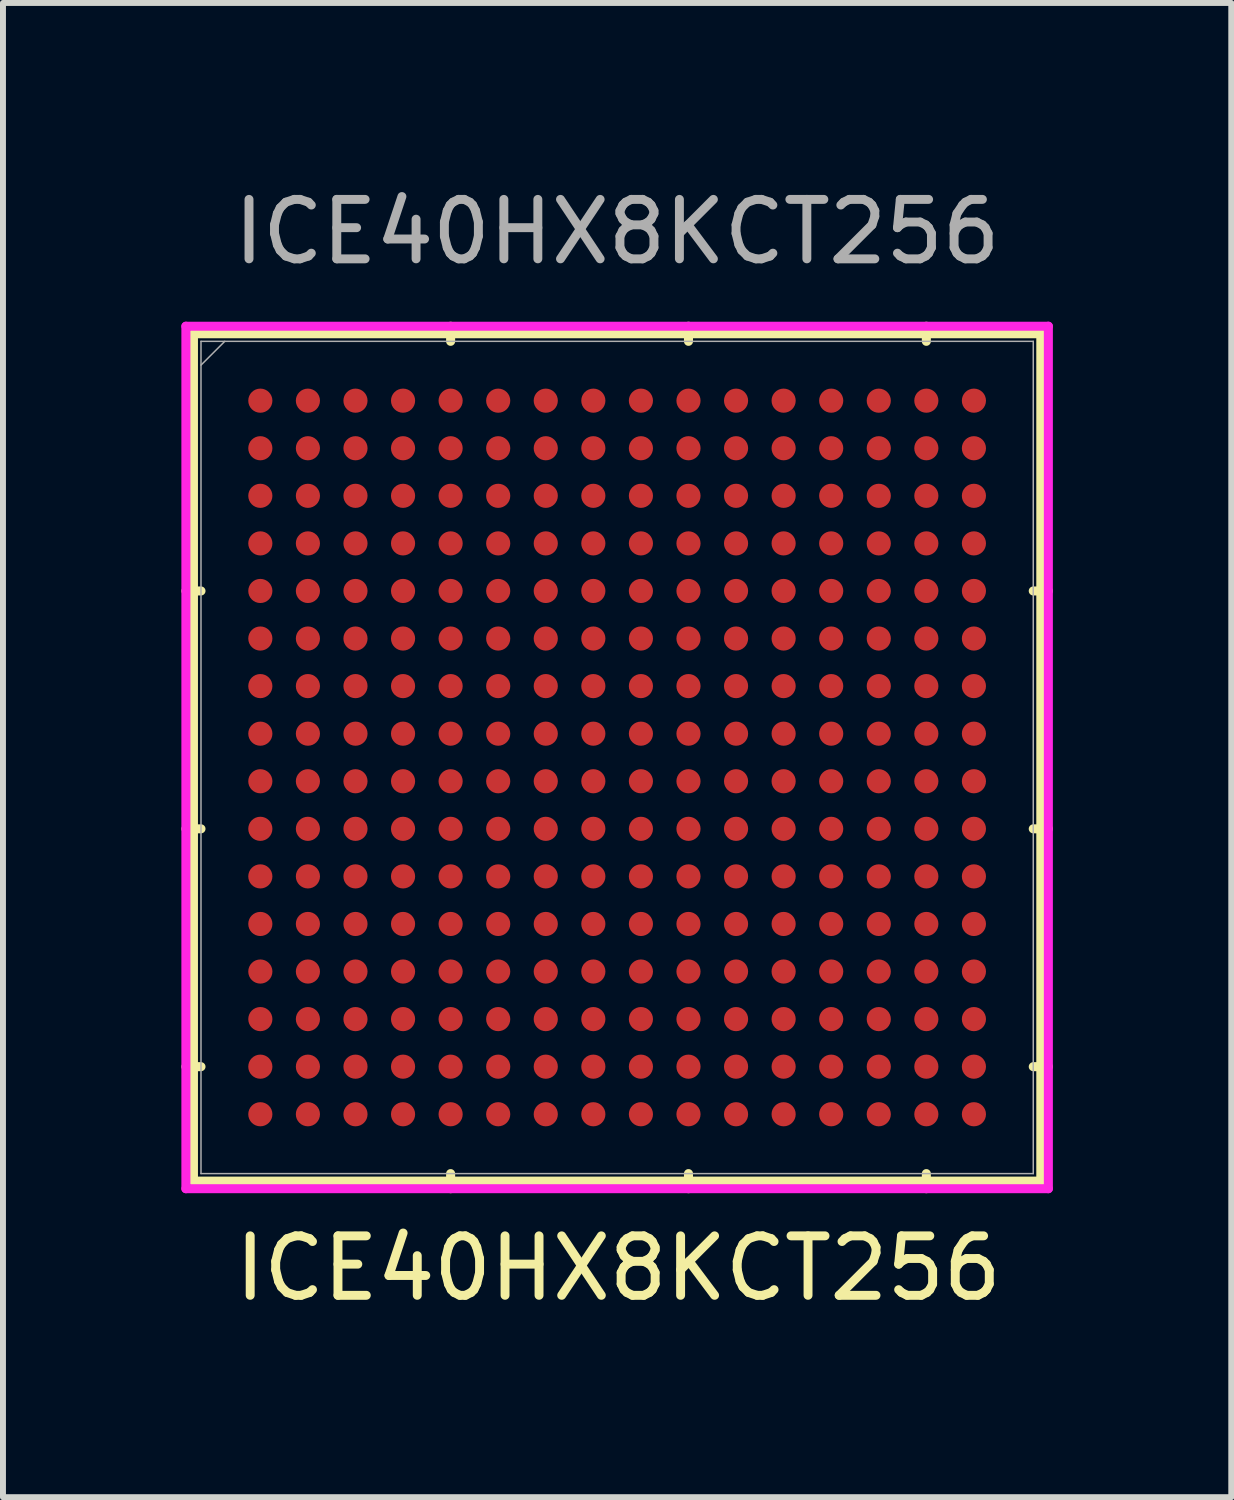
<source format=kicad_pcb>
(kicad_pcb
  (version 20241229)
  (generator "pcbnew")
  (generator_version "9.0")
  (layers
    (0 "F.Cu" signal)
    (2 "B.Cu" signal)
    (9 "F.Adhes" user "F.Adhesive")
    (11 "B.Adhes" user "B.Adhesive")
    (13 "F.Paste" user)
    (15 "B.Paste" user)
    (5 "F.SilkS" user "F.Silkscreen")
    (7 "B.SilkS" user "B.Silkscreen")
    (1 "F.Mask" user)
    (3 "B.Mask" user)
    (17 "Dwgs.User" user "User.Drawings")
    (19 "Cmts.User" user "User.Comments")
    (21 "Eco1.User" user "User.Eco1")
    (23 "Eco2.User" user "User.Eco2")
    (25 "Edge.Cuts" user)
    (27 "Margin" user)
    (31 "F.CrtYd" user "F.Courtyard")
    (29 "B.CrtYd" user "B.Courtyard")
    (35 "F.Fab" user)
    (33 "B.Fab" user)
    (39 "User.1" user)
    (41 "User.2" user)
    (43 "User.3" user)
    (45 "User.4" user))
  (footprint "ICE40HX8KCT256"
    (layer "F.Cu")
    (at 7.328 9.688)
    (property "Reference" "ICE40HX8KCT256" (at 0.02 8.59 0) (unlocked yes) (layer "F.SilkS") (effects (font (size 1 1) (thickness 0.15))))
    (attr smd)
    (fp_line (start -7.125 -7.125) (end -7.125 7.125) (stroke (width 0.152) (type solid)) (layer "F.SilkS"))
    (fp_line (start -7.125 7.125) (end 7.125 7.125) (stroke (width 0.152) (type solid)) (layer "F.SilkS"))
    (fp_line (start -6.998 -2.8) (end -7.252 -2.8) (stroke (width 0.152) (type solid)) (layer "F.SilkS"))
    (fp_line (start -6.998 1.2) (end -7.252 1.2) (stroke (width 0.152) (type solid)) (layer "F.SilkS"))
    (fp_line (start -6.998 5.2) (end -7.252 5.2) (stroke (width 0.152) (type solid)) (layer "F.SilkS"))
    (fp_line (start -2.8 -6.998) (end -2.8 -7.252) (stroke (width 0.152) (type solid)) (layer "F.SilkS"))
    (fp_line (start -2.8 6.998) (end -2.8 7.252) (stroke (width 0.152) (type solid)) (layer "F.SilkS"))
    (fp_line (start 1.2 -6.998) (end 1.2 -7.252) (stroke (width 0.152) (type solid)) (layer "F.SilkS"))
    (fp_line (start 1.2 6.998) (end 1.2 7.252) (stroke (width 0.152) (type solid)) (layer "F.SilkS"))
    (fp_line (start 5.2 -6.998) (end 5.2 -7.252) (stroke (width 0.152) (type solid)) (layer "F.SilkS"))
    (fp_line (start 5.2 6.998) (end 5.2 7.252) (stroke (width 0.152) (type solid)) (layer "F.SilkS"))
    (fp_line (start 6.998 -2.8) (end 7.252 -2.8) (stroke (width 0.152) (type solid)) (layer "F.SilkS"))
    (fp_line (start 6.998 1.2) (end 7.252 1.2) (stroke (width 0.152) (type solid)) (layer "F.SilkS"))
    (fp_line (start 6.998 5.2) (end 7.252 5.2) (stroke (width 0.152) (type solid)) (layer "F.SilkS"))
    (fp_line (start 7.125 -7.125) (end -7.125 -7.125) (stroke (width 0.152) (type solid)) (layer "F.SilkS"))
    (fp_line (start 7.125 7.125) (end 7.125 -7.125) (stroke (width 0.152) (type solid)) (layer "F.SilkS"))
    (fp_line (start -7.252 -7.252) (end 7.252 -7.252) (stroke (width 0.152) (type solid)) (layer "F.CrtYd"))
    (fp_line (start -7.252 7.252) (end -7.252 -7.252) (stroke (width 0.152) (type solid)) (layer "F.CrtYd"))
    (fp_line (start 7.252 -7.252) (end 7.252 7.252) (stroke (width 0.152) (type solid)) (layer "F.CrtYd"))
    (fp_line (start 7.252 7.252) (end -7.252 7.252) (stroke (width 0.152) (type solid)) (layer "F.CrtYd"))
    (fp_line (start -6.998 -6.998) (end -6.998 6.998) (stroke (width 0.025) (type solid)) (layer "F.Fab"))
    (fp_line (start -6.998 6.998) (end 6.998 6.998) (stroke (width 0.025) (type solid)) (layer "F.Fab"))
    (fp_line (start -6.598 -6.998) (end -6.998 -6.598) (stroke (width 0.025) (type solid)) (layer "F.Fab"))
    (fp_line (start 6.998 -6.998) (end -6.998 -6.998) (stroke (width 0.025) (type solid)) (layer "F.Fab"))
    (fp_line (start 6.998 6.998) (end 6.998 -6.998) (stroke (width 0.025) (type solid)) (layer "F.Fab"))
    (fp_text user "${REFERENCE}" (at 0 -8.84 0) (unlocked yes) (layer "F.Fab") (effects (font (size 1 1) (thickness 0.15))))
    (pad "A1" smd circle (at -6 -6) (size 0.406 0.406) (layers "F.Cu" "F.Mask" "F.Paste"))
    (pad "A2" smd circle (at -5.2 -6) (size 0.406 0.406) (layers "F.Cu" "F.Mask" "F.Paste"))
    (pad "A3" smd circle (at -4.4 -6) (size 0.406 0.406) (layers "F.Cu" "F.Mask" "F.Paste"))
    (pad "A4" smd circle (at -3.6 -6) (size 0.406 0.406) (layers "F.Cu" "F.Mask" "F.Paste"))
    (pad "A5" smd circle (at -2.8 -6) (size 0.406 0.406) (layers "F.Cu" "F.Mask" "F.Paste"))
    (pad "A6" smd circle (at -2 -6) (size 0.406 0.406) (layers "F.Cu" "F.Mask" "F.Paste"))
    (pad "A7" smd circle (at -1.2 -6) (size 0.406 0.406) (layers "F.Cu" "F.Mask" "F.Paste"))
    (pad "A8" smd circle (at -0.4 -6) (size 0.406 0.406) (layers "F.Cu" "F.Mask" "F.Paste"))
    (pad "A9" smd circle (at 0.4 -6) (size 0.406 0.406) (layers "F.Cu" "F.Mask" "F.Paste"))
    (pad "A10" smd circle (at 1.2 -6) (size 0.406 0.406) (layers "F.Cu" "F.Mask" "F.Paste"))
    (pad "A11" smd circle (at 2 -6) (size 0.406 0.406) (layers "F.Cu" "F.Mask" "F.Paste"))
    (pad "A12" smd circle (at 2.8 -6) (size 0.406 0.406) (layers "F.Cu" "F.Mask" "F.Paste"))
    (pad "A13" smd circle (at 3.6 -6) (size 0.406 0.406) (layers "F.Cu" "F.Mask" "F.Paste"))
    (pad "A14" smd circle (at 4.4 -6) (size 0.406 0.406) (layers "F.Cu" "F.Mask" "F.Paste"))
    (pad "A15" smd circle (at 5.2 -6) (size 0.406 0.406) (layers "F.Cu" "F.Mask" "F.Paste"))
    (pad "A16" smd circle (at 6 -6) (size 0.406 0.406) (layers "F.Cu" "F.Mask" "F.Paste"))
    (pad "B1" smd circle (at -6 -5.2) (size 0.406 0.406) (layers "F.Cu" "F.Mask" "F.Paste"))
    (pad "B2" smd circle (at -5.2 -5.2) (size 0.406 0.406) (layers "F.Cu" "F.Mask" "F.Paste"))
    (pad "B3" smd circle (at -4.4 -5.2) (size 0.406 0.406) (layers "F.Cu" "F.Mask" "F.Paste"))
    (pad "B4" smd circle (at -3.6 -5.2) (size 0.406 0.406) (layers "F.Cu" "F.Mask" "F.Paste"))
    (pad "B5" smd circle (at -2.8 -5.2) (size 0.406 0.406) (layers "F.Cu" "F.Mask" "F.Paste"))
    (pad "B6" smd circle (at -2 -5.2) (size 0.406 0.406) (layers "F.Cu" "F.Mask" "F.Paste"))
    (pad "B7" smd circle (at -1.2 -5.2) (size 0.406 0.406) (layers "F.Cu" "F.Mask" "F.Paste"))
    (pad "B8" smd circle (at -0.4 -5.2) (size 0.406 0.406) (layers "F.Cu" "F.Mask" "F.Paste"))
    (pad "B9" smd circle (at 0.4 -5.2) (size 0.406 0.406) (layers "F.Cu" "F.Mask" "F.Paste"))
    (pad "B10" smd circle (at 1.2 -5.2) (size 0.406 0.406) (layers "F.Cu" "F.Mask" "F.Paste"))
    (pad "B11" smd circle (at 2 -5.2) (size 0.406 0.406) (layers "F.Cu" "F.Mask" "F.Paste"))
    (pad "B12" smd circle (at 2.8 -5.2) (size 0.406 0.406) (layers "F.Cu" "F.Mask" "F.Paste"))
    (pad "B13" smd circle (at 3.6 -5.2) (size 0.406 0.406) (layers "F.Cu" "F.Mask" "F.Paste"))
    (pad "B14" smd circle (at 4.4 -5.2) (size 0.406 0.406) (layers "F.Cu" "F.Mask" "F.Paste"))
    (pad "B15" smd circle (at 5.2 -5.2) (size 0.406 0.406) (layers "F.Cu" "F.Mask" "F.Paste"))
    (pad "B16" smd circle (at 6 -5.2) (size 0.406 0.406) (layers "F.Cu" "F.Mask" "F.Paste"))
    (pad "C1" smd circle (at -6 -4.4) (size 0.406 0.406) (layers "F.Cu" "F.Mask" "F.Paste"))
    (pad "C2" smd circle (at -5.2 -4.4) (size 0.406 0.406) (layers "F.Cu" "F.Mask" "F.Paste"))
    (pad "C3" smd circle (at -4.4 -4.4) (size 0.406 0.406) (layers "F.Cu" "F.Mask" "F.Paste"))
    (pad "C4" smd circle (at -3.6 -4.4) (size 0.406 0.406) (layers "F.Cu" "F.Mask" "F.Paste"))
    (pad "C5" smd circle (at -2.8 -4.4) (size 0.406 0.406) (layers "F.Cu" "F.Mask" "F.Paste"))
    (pad "C6" smd circle (at -2 -4.4) (size 0.406 0.406) (layers "F.Cu" "F.Mask" "F.Paste"))
    (pad "C7" smd circle (at -1.2 -4.4) (size 0.406 0.406) (layers "F.Cu" "F.Mask" "F.Paste"))
    (pad "C8" smd circle (at -0.4 -4.4) (size 0.406 0.406) (layers "F.Cu" "F.Mask" "F.Paste"))
    (pad "C9" smd circle (at 0.4 -4.4) (size 0.406 0.406) (layers "F.Cu" "F.Mask" "F.Paste"))
    (pad "C10" smd circle (at 1.2 -4.4) (size 0.406 0.406) (layers "F.Cu" "F.Mask" "F.Paste"))
    (pad "C11" smd circle (at 2 -4.4) (size 0.406 0.406) (layers "F.Cu" "F.Mask" "F.Paste"))
    (pad "C12" smd circle (at 2.8 -4.4) (size 0.406 0.406) (layers "F.Cu" "F.Mask" "F.Paste"))
    (pad "C13" smd circle (at 3.6 -4.4) (size 0.406 0.406) (layers "F.Cu" "F.Mask" "F.Paste"))
    (pad "C14" smd circle (at 4.4 -4.4) (size 0.406 0.406) (layers "F.Cu" "F.Mask" "F.Paste"))
    (pad "C15" smd circle (at 5.2 -4.4) (size 0.406 0.406) (layers "F.Cu" "F.Mask" "F.Paste"))
    (pad "C16" smd circle (at 6 -4.4) (size 0.406 0.406) (layers "F.Cu" "F.Mask" "F.Paste"))
    (pad "D1" smd circle (at -6 -3.6) (size 0.406 0.406) (layers "F.Cu" "F.Mask" "F.Paste"))
    (pad "D2" smd circle (at -5.2 -3.6) (size 0.406 0.406) (layers "F.Cu" "F.Mask" "F.Paste"))
    (pad "D3" smd circle (at -4.4 -3.6) (size 0.406 0.406) (layers "F.Cu" "F.Mask" "F.Paste"))
    (pad "D4" smd circle (at -3.6 -3.6) (size 0.406 0.406) (layers "F.Cu" "F.Mask" "F.Paste"))
    (pad "D5" smd circle (at -2.8 -3.6) (size 0.406 0.406) (layers "F.Cu" "F.Mask" "F.Paste"))
    (pad "D6" smd circle (at -2 -3.6) (size 0.406 0.406) (layers "F.Cu" "F.Mask" "F.Paste"))
    (pad "D7" smd circle (at -1.2 -3.6) (size 0.406 0.406) (layers "F.Cu" "F.Mask" "F.Paste"))
    (pad "D8" smd circle (at -0.4 -3.6) (size 0.406 0.406) (layers "F.Cu" "F.Mask" "F.Paste"))
    (pad "D9" smd circle (at 0.4 -3.6) (size 0.406 0.406) (layers "F.Cu" "F.Mask" "F.Paste"))
    (pad "D10" smd circle (at 1.2 -3.6) (size 0.406 0.406) (layers "F.Cu" "F.Mask" "F.Paste"))
    (pad "D11" smd circle (at 2 -3.6) (size 0.406 0.406) (layers "F.Cu" "F.Mask" "F.Paste"))
    (pad "D12" smd circle (at 2.8 -3.6) (size 0.406 0.406) (layers "F.Cu" "F.Mask" "F.Paste"))
    (pad "D13" smd circle (at 3.6 -3.6) (size 0.406 0.406) (layers "F.Cu" "F.Mask" "F.Paste"))
    (pad "D14" smd circle (at 4.4 -3.6) (size 0.406 0.406) (layers "F.Cu" "F.Mask" "F.Paste"))
    (pad "D15" smd circle (at 5.2 -3.6) (size 0.406 0.406) (layers "F.Cu" "F.Mask" "F.Paste"))
    (pad "D16" smd circle (at 6 -3.6) (size 0.406 0.406) (layers "F.Cu" "F.Mask" "F.Paste"))
    (pad "E1" smd circle (at -6 -2.8) (size 0.406 0.406) (layers "F.Cu" "F.Mask" "F.Paste"))
    (pad "E2" smd circle (at -5.2 -2.8) (size 0.406 0.406) (layers "F.Cu" "F.Mask" "F.Paste"))
    (pad "E3" smd circle (at -4.4 -2.8) (size 0.406 0.406) (layers "F.Cu" "F.Mask" "F.Paste"))
    (pad "E4" smd circle (at -3.6 -2.8) (size 0.406 0.406) (layers "F.Cu" "F.Mask" "F.Paste"))
    (pad "E5" smd circle (at -2.8 -2.8) (size 0.406 0.406) (layers "F.Cu" "F.Mask" "F.Paste"))
    (pad "E6" smd circle (at -2 -2.8) (size 0.406 0.406) (layers "F.Cu" "F.Mask" "F.Paste"))
    (pad "E7" smd circle (at -1.2 -2.8) (size 0.406 0.406) (layers "F.Cu" "F.Mask" "F.Paste"))
    (pad "E8" smd circle (at -0.4 -2.8) (size 0.406 0.406) (layers "F.Cu" "F.Mask" "F.Paste"))
    (pad "E9" smd circle (at 0.4 -2.8) (size 0.406 0.406) (layers "F.Cu" "F.Mask" "F.Paste"))
    (pad "E10" smd circle (at 1.2 -2.8) (size 0.406 0.406) (layers "F.Cu" "F.Mask" "F.Paste"))
    (pad "E11" smd circle (at 2 -2.8) (size 0.406 0.406) (layers "F.Cu" "F.Mask" "F.Paste"))
    (pad "E12" smd circle (at 2.8 -2.8) (size 0.406 0.406) (layers "F.Cu" "F.Mask" "F.Paste"))
    (pad "E13" smd circle (at 3.6 -2.8) (size 0.406 0.406) (layers "F.Cu" "F.Mask" "F.Paste"))
    (pad "E14" smd circle (at 4.4 -2.8) (size 0.406 0.406) (layers "F.Cu" "F.Mask" "F.Paste"))
    (pad "E15" smd circle (at 5.2 -2.8) (size 0.406 0.406) (layers "F.Cu" "F.Mask" "F.Paste"))
    (pad "E16" smd circle (at 6 -2.8) (size 0.406 0.406) (layers "F.Cu" "F.Mask" "F.Paste"))
    (pad "F1" smd circle (at -6 -2) (size 0.406 0.406) (layers "F.Cu" "F.Mask" "F.Paste"))
    (pad "F2" smd circle (at -5.2 -2) (size 0.406 0.406) (layers "F.Cu" "F.Mask" "F.Paste"))
    (pad "F3" smd circle (at -4.4 -2) (size 0.406 0.406) (layers "F.Cu" "F.Mask" "F.Paste"))
    (pad "F4" smd circle (at -3.6 -2) (size 0.406 0.406) (layers "F.Cu" "F.Mask" "F.Paste"))
    (pad "F5" smd circle (at -2.8 -2) (size 0.406 0.406) (layers "F.Cu" "F.Mask" "F.Paste"))
    (pad "F6" smd circle (at -2 -2) (size 0.406 0.406) (layers "F.Cu" "F.Mask" "F.Paste"))
    (pad "F7" smd circle (at -1.2 -2) (size 0.406 0.406) (layers "F.Cu" "F.Mask" "F.Paste"))
    (pad "F8" smd circle (at -0.4 -2) (size 0.406 0.406) (layers "F.Cu" "F.Mask" "F.Paste"))
    (pad "F9" smd circle (at 0.4 -2) (size 0.406 0.406) (layers "F.Cu" "F.Mask" "F.Paste"))
    (pad "F10" smd circle (at 1.2 -2) (size 0.406 0.406) (layers "F.Cu" "F.Mask" "F.Paste"))
    (pad "F11" smd circle (at 2 -2) (size 0.406 0.406) (layers "F.Cu" "F.Mask" "F.Paste"))
    (pad "F12" smd circle (at 2.8 -2) (size 0.406 0.406) (layers "F.Cu" "F.Mask" "F.Paste"))
    (pad "F13" smd circle (at 3.6 -2) (size 0.406 0.406) (layers "F.Cu" "F.Mask" "F.Paste"))
    (pad "F14" smd circle (at 4.4 -2) (size 0.406 0.406) (layers "F.Cu" "F.Mask" "F.Paste"))
    (pad "F15" smd circle (at 5.2 -2) (size 0.406 0.406) (layers "F.Cu" "F.Mask" "F.Paste"))
    (pad "F16" smd circle (at 6 -2) (size 0.406 0.406) (layers "F.Cu" "F.Mask" "F.Paste"))
    (pad "G1" smd circle (at -6 -1.2) (size 0.406 0.406) (layers "F.Cu" "F.Mask" "F.Paste"))
    (pad "G2" smd circle (at -5.2 -1.2) (size 0.406 0.406) (layers "F.Cu" "F.Mask" "F.Paste"))
    (pad "G3" smd circle (at -4.4 -1.2) (size 0.406 0.406) (layers "F.Cu" "F.Mask" "F.Paste"))
    (pad "G4" smd circle (at -3.6 -1.2) (size 0.406 0.406) (layers "F.Cu" "F.Mask" "F.Paste"))
    (pad "G5" smd circle (at -2.8 -1.2) (size 0.406 0.406) (layers "F.Cu" "F.Mask" "F.Paste"))
    (pad "G6" smd circle (at -2 -1.2) (size 0.406 0.406) (layers "F.Cu" "F.Mask" "F.Paste"))
    (pad "G7" smd circle (at -1.2 -1.2) (size 0.406 0.406) (layers "F.Cu" "F.Mask" "F.Paste"))
    (pad "G8" smd circle (at -0.4 -1.2) (size 0.406 0.406) (layers "F.Cu" "F.Mask" "F.Paste"))
    (pad "G9" smd circle (at 0.4 -1.2) (size 0.406 0.406) (layers "F.Cu" "F.Mask" "F.Paste"))
    (pad "G10" smd circle (at 1.2 -1.2) (size 0.406 0.406) (layers "F.Cu" "F.Mask" "F.Paste"))
    (pad "G11" smd circle (at 2 -1.2) (size 0.406 0.406) (layers "F.Cu" "F.Mask" "F.Paste"))
    (pad "G12" smd circle (at 2.8 -1.2) (size 0.406 0.406) (layers "F.Cu" "F.Mask" "F.Paste"))
    (pad "G13" smd circle (at 3.6 -1.2) (size 0.406 0.406) (layers "F.Cu" "F.Mask" "F.Paste"))
    (pad "G14" smd circle (at 4.4 -1.2) (size 0.406 0.406) (layers "F.Cu" "F.Mask" "F.Paste"))
    (pad "G15" smd circle (at 5.2 -1.2) (size 0.406 0.406) (layers "F.Cu" "F.Mask" "F.Paste"))
    (pad "G16" smd circle (at 6 -1.2) (size 0.406 0.406) (layers "F.Cu" "F.Mask" "F.Paste"))
    (pad "H1" smd circle (at -6 -0.4) (size 0.406 0.406) (layers "F.Cu" "F.Mask" "F.Paste"))
    (pad "H2" smd circle (at -5.2 -0.4) (size 0.406 0.406) (layers "F.Cu" "F.Mask" "F.Paste"))
    (pad "H3" smd circle (at -4.4 -0.4) (size 0.406 0.406) (layers "F.Cu" "F.Mask" "F.Paste"))
    (pad "H4" smd circle (at -3.6 -0.4) (size 0.406 0.406) (layers "F.Cu" "F.Mask" "F.Paste"))
    (pad "H5" smd circle (at -2.8 -0.4) (size 0.406 0.406) (layers "F.Cu" "F.Mask" "F.Paste"))
    (pad "H6" smd circle (at -2 -0.4) (size 0.406 0.406) (layers "F.Cu" "F.Mask" "F.Paste"))
    (pad "H7" smd circle (at -1.2 -0.4) (size 0.406 0.406) (layers "F.Cu" "F.Mask" "F.Paste"))
    (pad "H8" smd circle (at -0.4 -0.4) (size 0.406 0.406) (layers "F.Cu" "F.Mask" "F.Paste"))
    (pad "H9" smd circle (at 0.4 -0.4) (size 0.406 0.406) (layers "F.Cu" "F.Mask" "F.Paste"))
    (pad "H10" smd circle (at 1.2 -0.4) (size 0.406 0.406) (layers "F.Cu" "F.Mask" "F.Paste"))
    (pad "H11" smd circle (at 2 -0.4) (size 0.406 0.406) (layers "F.Cu" "F.Mask" "F.Paste"))
    (pad "H12" smd circle (at 2.8 -0.4) (size 0.406 0.406) (layers "F.Cu" "F.Mask" "F.Paste"))
    (pad "H13" smd circle (at 3.6 -0.4) (size 0.406 0.406) (layers "F.Cu" "F.Mask" "F.Paste"))
    (pad "H14" smd circle (at 4.4 -0.4) (size 0.406 0.406) (layers "F.Cu" "F.Mask" "F.Paste"))
    (pad "H15" smd circle (at 5.2 -0.4) (size 0.406 0.406) (layers "F.Cu" "F.Mask" "F.Paste"))
    (pad "H16" smd circle (at 6 -0.4) (size 0.406 0.406) (layers "F.Cu" "F.Mask" "F.Paste"))
    (pad "J1" smd circle (at -6 0.4) (size 0.406 0.406) (layers "F.Cu" "F.Mask" "F.Paste"))
    (pad "J2" smd circle (at -5.2 0.4) (size 0.406 0.406) (layers "F.Cu" "F.Mask" "F.Paste"))
    (pad "J3" smd circle (at -4.4 0.4) (size 0.406 0.406) (layers "F.Cu" "F.Mask" "F.Paste"))
    (pad "J4" smd circle (at -3.6 0.4) (size 0.406 0.406) (layers "F.Cu" "F.Mask" "F.Paste"))
    (pad "J5" smd circle (at -2.8 0.4) (size 0.406 0.406) (layers "F.Cu" "F.Mask" "F.Paste"))
    (pad "J6" smd circle (at -2 0.4) (size 0.406 0.406) (layers "F.Cu" "F.Mask" "F.Paste"))
    (pad "J7" smd circle (at -1.2 0.4) (size 0.406 0.406) (layers "F.Cu" "F.Mask" "F.Paste"))
    (pad "J8" smd circle (at -0.4 0.4) (size 0.406 0.406) (layers "F.Cu" "F.Mask" "F.Paste"))
    (pad "J9" smd circle (at 0.4 0.4) (size 0.406 0.406) (layers "F.Cu" "F.Mask" "F.Paste"))
    (pad "J10" smd circle (at 1.2 0.4) (size 0.406 0.406) (layers "F.Cu" "F.Mask" "F.Paste"))
    (pad "J11" smd circle (at 2 0.4) (size 0.406 0.406) (layers "F.Cu" "F.Mask" "F.Paste"))
    (pad "J12" smd circle (at 2.8 0.4) (size 0.406 0.406) (layers "F.Cu" "F.Mask" "F.Paste"))
    (pad "J13" smd circle (at 3.6 0.4) (size 0.406 0.406) (layers "F.Cu" "F.Mask" "F.Paste"))
    (pad "J14" smd circle (at 4.4 0.4) (size 0.406 0.406) (layers "F.Cu" "F.Mask" "F.Paste"))
    (pad "J15" smd circle (at 5.2 0.4) (size 0.406 0.406) (layers "F.Cu" "F.Mask" "F.Paste"))
    (pad "J16" smd circle (at 6 0.4) (size 0.406 0.406) (layers "F.Cu" "F.Mask" "F.Paste"))
    (pad "K1" smd circle (at -6 1.2) (size 0.406 0.406) (layers "F.Cu" "F.Mask" "F.Paste"))
    (pad "K2" smd circle (at -5.2 1.2) (size 0.406 0.406) (layers "F.Cu" "F.Mask" "F.Paste"))
    (pad "K3" smd circle (at -4.4 1.2) (size 0.406 0.406) (layers "F.Cu" "F.Mask" "F.Paste"))
    (pad "K4" smd circle (at -3.6 1.2) (size 0.406 0.406) (layers "F.Cu" "F.Mask" "F.Paste"))
    (pad "K5" smd circle (at -2.8 1.2) (size 0.406 0.406) (layers "F.Cu" "F.Mask" "F.Paste"))
    (pad "K6" smd circle (at -2 1.2) (size 0.406 0.406) (layers "F.Cu" "F.Mask" "F.Paste"))
    (pad "K7" smd circle (at -1.2 1.2) (size 0.406 0.406) (layers "F.Cu" "F.Mask" "F.Paste"))
    (pad "K8" smd circle (at -0.4 1.2) (size 0.406 0.406) (layers "F.Cu" "F.Mask" "F.Paste"))
    (pad "K9" smd circle (at 0.4 1.2) (size 0.406 0.406) (layers "F.Cu" "F.Mask" "F.Paste"))
    (pad "K10" smd circle (at 1.2 1.2) (size 0.406 0.406) (layers "F.Cu" "F.Mask" "F.Paste"))
    (pad "K11" smd circle (at 2 1.2) (size 0.406 0.406) (layers "F.Cu" "F.Mask" "F.Paste"))
    (pad "K12" smd circle (at 2.8 1.2) (size 0.406 0.406) (layers "F.Cu" "F.Mask" "F.Paste"))
    (pad "K13" smd circle (at 3.6 1.2) (size 0.406 0.406) (layers "F.Cu" "F.Mask" "F.Paste"))
    (pad "K14" smd circle (at 4.4 1.2) (size 0.406 0.406) (layers "F.Cu" "F.Mask" "F.Paste"))
    (pad "K15" smd circle (at 5.2 1.2) (size 0.406 0.406) (layers "F.Cu" "F.Mask" "F.Paste"))
    (pad "K16" smd circle (at 6 1.2) (size 0.406 0.406) (layers "F.Cu" "F.Mask" "F.Paste"))
    (pad "L1" smd circle (at -6 2) (size 0.406 0.406) (layers "F.Cu" "F.Mask" "F.Paste"))
    (pad "L2" smd circle (at -5.2 2) (size 0.406 0.406) (layers "F.Cu" "F.Mask" "F.Paste"))
    (pad "L3" smd circle (at -4.4 2) (size 0.406 0.406) (layers "F.Cu" "F.Mask" "F.Paste"))
    (pad "L4" smd circle (at -3.6 2) (size 0.406 0.406) (layers "F.Cu" "F.Mask" "F.Paste"))
    (pad "L5" smd circle (at -2.8 2) (size 0.406 0.406) (layers "F.Cu" "F.Mask" "F.Paste"))
    (pad "L6" smd circle (at -2 2) (size 0.406 0.406) (layers "F.Cu" "F.Mask" "F.Paste"))
    (pad "L7" smd circle (at -1.2 2) (size 0.406 0.406) (layers "F.Cu" "F.Mask" "F.Paste"))
    (pad "L8" smd circle (at -0.4 2) (size 0.406 0.406) (layers "F.Cu" "F.Mask" "F.Paste"))
    (pad "L9" smd circle (at 0.4 2) (size 0.406 0.406) (layers "F.Cu" "F.Mask" "F.Paste"))
    (pad "L10" smd circle (at 1.2 2) (size 0.406 0.406) (layers "F.Cu" "F.Mask" "F.Paste"))
    (pad "L11" smd circle (at 2 2) (size 0.406 0.406) (layers "F.Cu" "F.Mask" "F.Paste"))
    (pad "L12" smd circle (at 2.8 2) (size 0.406 0.406) (layers "F.Cu" "F.Mask" "F.Paste"))
    (pad "L13" smd circle (at 3.6 2) (size 0.406 0.406) (layers "F.Cu" "F.Mask" "F.Paste"))
    (pad "L14" smd circle (at 4.4 2) (size 0.406 0.406) (layers "F.Cu" "F.Mask" "F.Paste"))
    (pad "L15" smd circle (at 5.2 2) (size 0.406 0.406) (layers "F.Cu" "F.Mask" "F.Paste"))
    (pad "L16" smd circle (at 6 2) (size 0.406 0.406) (layers "F.Cu" "F.Mask" "F.Paste"))
    (pad "M1" smd circle (at -6 2.8) (size 0.406 0.406) (layers "F.Cu" "F.Mask" "F.Paste"))
    (pad "M2" smd circle (at -5.2 2.8) (size 0.406 0.406) (layers "F.Cu" "F.Mask" "F.Paste"))
    (pad "M3" smd circle (at -4.4 2.8) (size 0.406 0.406) (layers "F.Cu" "F.Mask" "F.Paste"))
    (pad "M4" smd circle (at -3.6 2.8) (size 0.406 0.406) (layers "F.Cu" "F.Mask" "F.Paste"))
    (pad "M5" smd circle (at -2.8 2.8) (size 0.406 0.406) (layers "F.Cu" "F.Mask" "F.Paste"))
    (pad "M6" smd circle (at -2 2.8) (size 0.406 0.406) (layers "F.Cu" "F.Mask" "F.Paste"))
    (pad "M7" smd circle (at -1.2 2.8) (size 0.406 0.406) (layers "F.Cu" "F.Mask" "F.Paste"))
    (pad "M8" smd circle (at -0.4 2.8) (size 0.406 0.406) (layers "F.Cu" "F.Mask" "F.Paste"))
    (pad "M9" smd circle (at 0.4 2.8) (size 0.406 0.406) (layers "F.Cu" "F.Mask" "F.Paste"))
    (pad "M10" smd circle (at 1.2 2.8) (size 0.406 0.406) (layers "F.Cu" "F.Mask" "F.Paste"))
    (pad "M11" smd circle (at 2 2.8) (size 0.406 0.406) (layers "F.Cu" "F.Mask" "F.Paste"))
    (pad "M12" smd circle (at 2.8 2.8) (size 0.406 0.406) (layers "F.Cu" "F.Mask" "F.Paste"))
    (pad "M13" smd circle (at 3.6 2.8) (size 0.406 0.406) (layers "F.Cu" "F.Mask" "F.Paste"))
    (pad "M14" smd circle (at 4.4 2.8) (size 0.406 0.406) (layers "F.Cu" "F.Mask" "F.Paste"))
    (pad "M15" smd circle (at 5.2 2.8) (size 0.406 0.406) (layers "F.Cu" "F.Mask" "F.Paste"))
    (pad "M16" smd circle (at 6 2.8) (size 0.406 0.406) (layers "F.Cu" "F.Mask" "F.Paste"))
    (pad "N1" smd circle (at -6 3.6) (size 0.406 0.406) (layers "F.Cu" "F.Mask" "F.Paste"))
    (pad "N2" smd circle (at -5.2 3.6) (size 0.406 0.406) (layers "F.Cu" "F.Mask" "F.Paste"))
    (pad "N3" smd circle (at -4.4 3.6) (size 0.406 0.406) (layers "F.Cu" "F.Mask" "F.Paste"))
    (pad "N4" smd circle (at -3.6 3.6) (size 0.406 0.406) (layers "F.Cu" "F.Mask" "F.Paste"))
    (pad "N5" smd circle (at -2.8 3.6) (size 0.406 0.406) (layers "F.Cu" "F.Mask" "F.Paste"))
    (pad "N6" smd circle (at -2 3.6) (size 0.406 0.406) (layers "F.Cu" "F.Mask" "F.Paste"))
    (pad "N7" smd circle (at -1.2 3.6) (size 0.406 0.406) (layers "F.Cu" "F.Mask" "F.Paste"))
    (pad "N8" smd circle (at -0.4 3.6) (size 0.406 0.406) (layers "F.Cu" "F.Mask" "F.Paste"))
    (pad "N9" smd circle (at 0.4 3.6) (size 0.406 0.406) (layers "F.Cu" "F.Mask" "F.Paste"))
    (pad "N10" smd circle (at 1.2 3.6) (size 0.406 0.406) (layers "F.Cu" "F.Mask" "F.Paste"))
    (pad "N11" smd circle (at 2 3.6) (size 0.406 0.406) (layers "F.Cu" "F.Mask" "F.Paste"))
    (pad "N12" smd circle (at 2.8 3.6) (size 0.406 0.406) (layers "F.Cu" "F.Mask" "F.Paste"))
    (pad "N13" smd circle (at 3.6 3.6) (size 0.406 0.406) (layers "F.Cu" "F.Mask" "F.Paste"))
    (pad "N14" smd circle (at 4.4 3.6) (size 0.406 0.406) (layers "F.Cu" "F.Mask" "F.Paste"))
    (pad "N15" smd circle (at 5.2 3.6) (size 0.406 0.406) (layers "F.Cu" "F.Mask" "F.Paste"))
    (pad "N16" smd circle (at 6 3.6) (size 0.406 0.406) (layers "F.Cu" "F.Mask" "F.Paste"))
    (pad "P1" smd circle (at -6 4.4) (size 0.406 0.406) (layers "F.Cu" "F.Mask" "F.Paste"))
    (pad "P2" smd circle (at -5.2 4.4) (size 0.406 0.406) (layers "F.Cu" "F.Mask" "F.Paste"))
    (pad "P3" smd circle (at -4.4 4.4) (size 0.406 0.406) (layers "F.Cu" "F.Mask" "F.Paste"))
    (pad "P4" smd circle (at -3.6 4.4) (size 0.406 0.406) (layers "F.Cu" "F.Mask" "F.Paste"))
    (pad "P5" smd circle (at -2.8 4.4) (size 0.406 0.406) (layers "F.Cu" "F.Mask" "F.Paste"))
    (pad "P6" smd circle (at -2 4.4) (size 0.406 0.406) (layers "F.Cu" "F.Mask" "F.Paste"))
    (pad "P7" smd circle (at -1.2 4.4) (size 0.406 0.406) (layers "F.Cu" "F.Mask" "F.Paste"))
    (pad "P8" smd circle (at -0.4 4.4) (size 0.406 0.406) (layers "F.Cu" "F.Mask" "F.Paste"))
    (pad "P9" smd circle (at 0.4 4.4) (size 0.406 0.406) (layers "F.Cu" "F.Mask" "F.Paste"))
    (pad "P10" smd circle (at 1.2 4.4) (size 0.406 0.406) (layers "F.Cu" "F.Mask" "F.Paste"))
    (pad "P11" smd circle (at 2 4.4) (size 0.406 0.406) (layers "F.Cu" "F.Mask" "F.Paste"))
    (pad "P12" smd circle (at 2.8 4.4) (size 0.406 0.406) (layers "F.Cu" "F.Mask" "F.Paste"))
    (pad "P13" smd circle (at 3.6 4.4) (size 0.406 0.406) (layers "F.Cu" "F.Mask" "F.Paste"))
    (pad "P14" smd circle (at 4.4 4.4) (size 0.406 0.406) (layers "F.Cu" "F.Mask" "F.Paste"))
    (pad "P15" smd circle (at 5.2 4.4) (size 0.406 0.406) (layers "F.Cu" "F.Mask" "F.Paste"))
    (pad "P16" smd circle (at 6 4.4) (size 0.406 0.406) (layers "F.Cu" "F.Mask" "F.Paste"))
    (pad "R1" smd circle (at -6 5.2) (size 0.406 0.406) (layers "F.Cu" "F.Mask" "F.Paste"))
    (pad "R2" smd circle (at -5.2 5.2) (size 0.406 0.406) (layers "F.Cu" "F.Mask" "F.Paste"))
    (pad "R3" smd circle (at -4.4 5.2) (size 0.406 0.406) (layers "F.Cu" "F.Mask" "F.Paste"))
    (pad "R4" smd circle (at -3.6 5.2) (size 0.406 0.406) (layers "F.Cu" "F.Mask" "F.Paste"))
    (pad "R5" smd circle (at -2.8 5.2) (size 0.406 0.406) (layers "F.Cu" "F.Mask" "F.Paste"))
    (pad "R6" smd circle (at -2 5.2) (size 0.406 0.406) (layers "F.Cu" "F.Mask" "F.Paste"))
    (pad "R7" smd circle (at -1.2 5.2) (size 0.406 0.406) (layers "F.Cu" "F.Mask" "F.Paste"))
    (pad "R8" smd circle (at -0.4 5.2) (size 0.406 0.406) (layers "F.Cu" "F.Mask" "F.Paste"))
    (pad "R9" smd circle (at 0.4 5.2) (size 0.406 0.406) (layers "F.Cu" "F.Mask" "F.Paste"))
    (pad "R10" smd circle (at 1.2 5.2) (size 0.406 0.406) (layers "F.Cu" "F.Mask" "F.Paste"))
    (pad "R11" smd circle (at 2 5.2) (size 0.406 0.406) (layers "F.Cu" "F.Mask" "F.Paste"))
    (pad "R12" smd circle (at 2.8 5.2) (size 0.406 0.406) (layers "F.Cu" "F.Mask" "F.Paste"))
    (pad "R13" smd circle (at 3.6 5.2) (size 0.406 0.406) (layers "F.Cu" "F.Mask" "F.Paste"))
    (pad "R14" smd circle (at 4.4 5.2) (size 0.406 0.406) (layers "F.Cu" "F.Mask" "F.Paste"))
    (pad "R15" smd circle (at 5.2 5.2) (size 0.406 0.406) (layers "F.Cu" "F.Mask" "F.Paste"))
    (pad "R16" smd circle (at 6 5.2) (size 0.406 0.406) (layers "F.Cu" "F.Mask" "F.Paste"))
    (pad "T1" smd circle (at -6 6) (size 0.406 0.406) (layers "F.Cu" "F.Mask" "F.Paste"))
    (pad "T2" smd circle (at -5.2 6) (size 0.406 0.406) (layers "F.Cu" "F.Mask" "F.Paste"))
    (pad "T3" smd circle (at -4.4 6) (size 0.406 0.406) (layers "F.Cu" "F.Mask" "F.Paste"))
    (pad "T4" smd circle (at -3.6 6) (size 0.406 0.406) (layers "F.Cu" "F.Mask" "F.Paste"))
    (pad "T5" smd circle (at -2.8 6) (size 0.406 0.406) (layers "F.Cu" "F.Mask" "F.Paste"))
    (pad "T6" smd circle (at -2 6) (size 0.406 0.406) (layers "F.Cu" "F.Mask" "F.Paste"))
    (pad "T7" smd circle (at -1.2 6) (size 0.406 0.406) (layers "F.Cu" "F.Mask" "F.Paste"))
    (pad "T8" smd circle (at -0.4 6) (size 0.406 0.406) (layers "F.Cu" "F.Mask" "F.Paste"))
    (pad "T9" smd circle (at 0.4 6) (size 0.406 0.406) (layers "F.Cu" "F.Mask" "F.Paste"))
    (pad "T10" smd circle (at 1.2 6) (size 0.406 0.406) (layers "F.Cu" "F.Mask" "F.Paste"))
    (pad "T11" smd circle (at 2 6) (size 0.406 0.406) (layers "F.Cu" "F.Mask" "F.Paste"))
    (pad "T12" smd circle (at 2.8 6) (size 0.406 0.406) (layers "F.Cu" "F.Mask" "F.Paste"))
    (pad "T13" smd circle (at 3.6 6) (size 0.406 0.406) (layers "F.Cu" "F.Mask" "F.Paste"))
    (pad "T14" smd circle (at 4.4 6) (size 0.406 0.406) (layers "F.Cu" "F.Mask" "F.Paste"))
    (pad "T15" smd circle (at 5.2 6) (size 0.406 0.406) (layers "F.Cu" "F.Mask" "F.Paste"))
    (pad "T16" smd circle (at 6 6) (size 0.406 0.406) (layers "F.Cu" "F.Mask" "F.Paste")))
  (gr_rect
    (start -3 -3)
    (end 17.656 22.127)
    (stroke (width 0.1) (type default))
    (fill no)
    (layer "Edge.Cuts")))
</source>
